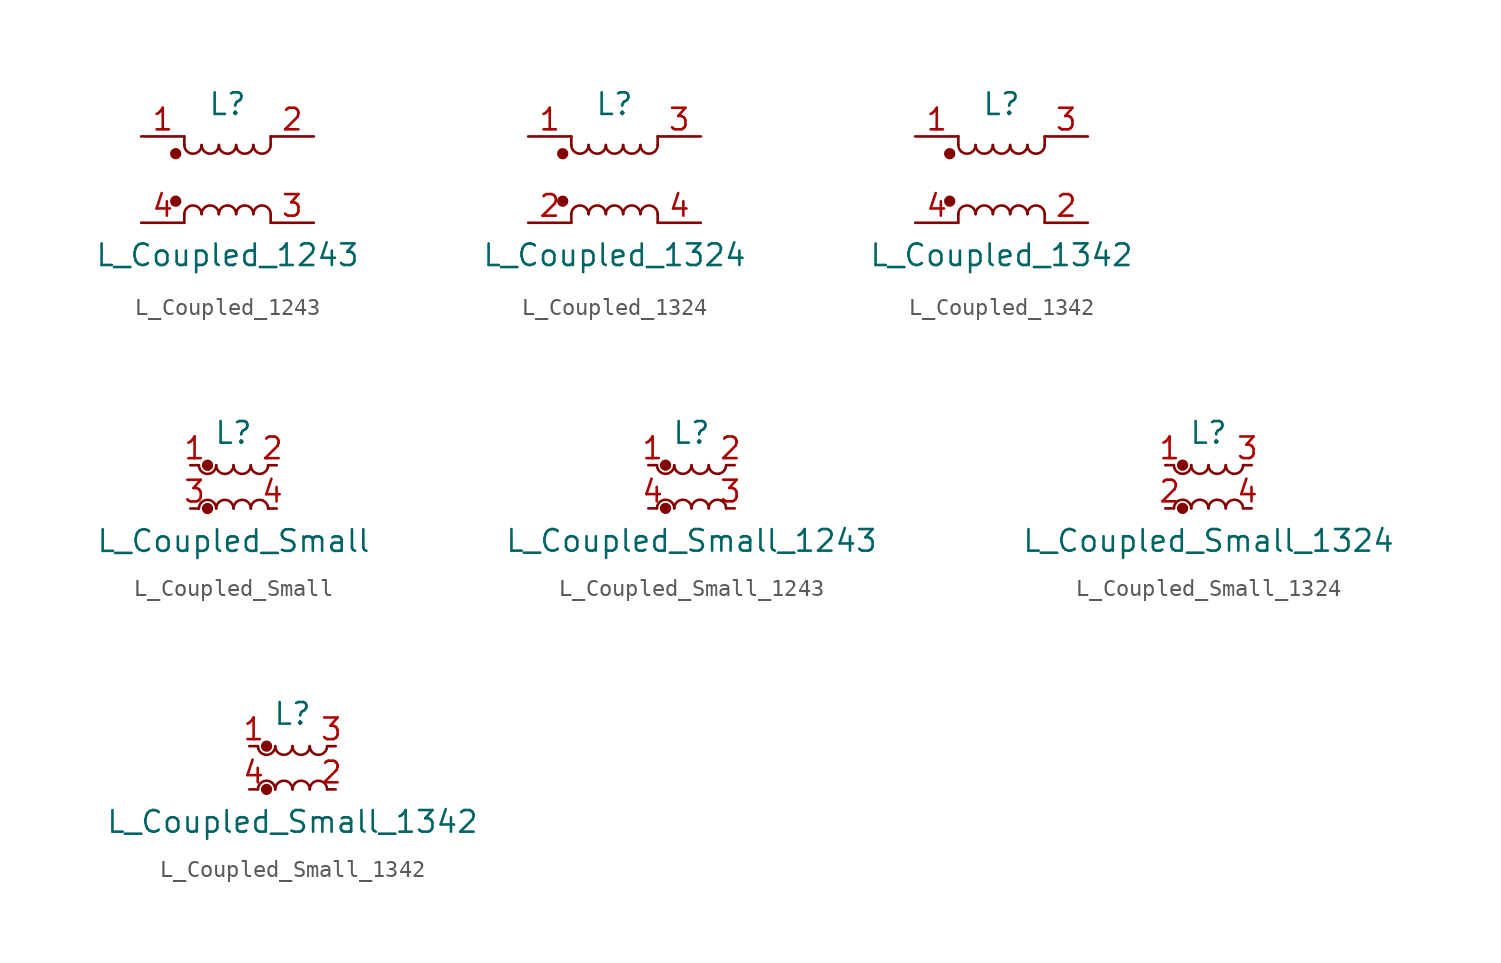
<source format=kicad_sym>
(kicad_symbol_lib
  (version 20241209)
  (generator "kicad_symbol_editor")
  (generator_version "9.0")
  (symbol "L_Coupled_1243"
    (pin_names
      (offset 0.254)
      (hide yes))
    (property "Reference" "L"
      (at 0 4.445 0)
      (effects (font (size 1.27 1.27))))
    (property "Value" "L_Coupled_1243"
      (at 0 -4.445 0)
      (effects (font (size 1.27 1.27))))
    (symbol "L_Coupled_1243_0_1"
      (circle (center -3.048 1.524) (radius 0.254) (stroke (width 0) (type default)) (fill (type outline)))
      (circle (center -3.048 -1.27) (radius 0.254) (stroke (width 0) (type default)) (fill (type outline)))
      (polyline (pts (xy -2.54 2.032) (xy -2.54 2.54)) (stroke (width 0) (type default)) (fill (type none)))
      (polyline (pts (xy -2.54 -2.032) (xy -2.54 -2.54)) (stroke (width 0) (type default)) (fill (type none)))
      (arc (start -1.524 2.032) (mid -2.032 1.5262) (end -2.54 2.032) (stroke (width 0) (type default)) (fill (type none)))
      (arc (start -2.54 -2.032) (mid -2.032 -1.5262) (end -1.524 -2.032) (stroke (width 0) (type default)) (fill (type none)))
      (arc (start -0.508 2.032) (mid -1.016 1.5262) (end -1.524 2.032) (stroke (width 0) (type default)) (fill (type none)))
      (arc (start -1.524 -2.032) (mid -1.016 -1.5262) (end -0.508 -2.032) (stroke (width 0) (type default)) (fill (type none)))
      (arc (start 0.508 2.032) (mid 0 1.5262) (end -0.508 2.032) (stroke (width 0) (type default)) (fill (type none)))
      (arc (start -0.508 -2.032) (mid 0 -1.5262) (end 0.508 -2.032) (stroke (width 0) (type default)) (fill (type none)))
      (arc (start 1.524 2.032) (mid 1.016 1.5262) (end 0.508 2.032) (stroke (width 0) (type default)) (fill (type none)))
      (arc (start 0.508 -2.032) (mid 1.016 -1.5262) (end 1.524 -2.032) (stroke (width 0) (type default)) (fill (type none)))
      (arc (start 2.54 2.032) (mid 2.032 1.5262) (end 1.524 2.032) (stroke (width 0) (type default)) (fill (type none)))
      (arc (start 1.524 -2.032) (mid 2.032 -1.5262) (end 2.54 -2.032) (stroke (width 0) (type default)) (fill (type none)))
      (polyline (pts (xy 2.54 2.54) (xy 2.54 2.032)) (stroke (width 0) (type default)) (fill (type none)))
      (polyline (pts (xy 2.54 -2.032) (xy 2.54 -2.54)) (stroke (width 0) (type default)) (fill (type none))))
    (symbol "L_Coupled_1243_1_1"
      (pin passive line (at -5.08 2.54 0) (length 2.54) (name "1" (effects (font (size 1.27 1.27)))) (number "1" (effects (font (size 1.27 1.27)))))
      (pin passive line (at -5.08 -2.54 0) (length 2.54) (name "4" (effects (font (size 1.27 1.27)))) (number "4" (effects (font (size 1.27 1.27)))))
      (pin passive line (at 5.08 2.54 180) (length 2.54) (name "2" (effects (font (size 1.27 1.27)))) (number "2" (effects (font (size 1.27 1.27)))))
      (pin passive line (at 5.08 -2.54 180) (length 2.54) (name "3" (effects (font (size 1.27 1.27)))) (number "3" (effects (font (size 1.27 1.27)))))))
  (symbol "L_Coupled_1324"
    (pin_names
      (offset 0.254)
      (hide yes))
    (property "Reference" "L"
      (at 0 4.445 0)
      (effects (font (size 1.27 1.27))))
    (property "Value" "L_Coupled_1324"
      (at 0 -4.445 0)
      (effects (font (size 1.27 1.27))))
    (symbol "L_Coupled_1324_0_1"
      (circle (center -3.048 1.524) (radius 0.254) (stroke (width 0) (type default)) (fill (type outline)))
      (circle (center -3.048 -1.27) (radius 0.254) (stroke (width 0) (type default)) (fill (type outline)))
      (polyline (pts (xy -2.54 2.032) (xy -2.54 2.54)) (stroke (width 0) (type default)) (fill (type none)))
      (polyline (pts (xy -2.54 -2.032) (xy -2.54 -2.54)) (stroke (width 0) (type default)) (fill (type none)))
      (arc (start -1.524 2.032) (mid -2.032 1.5262) (end -2.54 2.032) (stroke (width 0) (type default)) (fill (type none)))
      (arc (start -2.54 -2.032) (mid -2.032 -1.5262) (end -1.524 -2.032) (stroke (width 0) (type default)) (fill (type none)))
      (arc (start -0.508 2.032) (mid -1.016 1.5262) (end -1.524 2.032) (stroke (width 0) (type default)) (fill (type none)))
      (arc (start -1.524 -2.032) (mid -1.016 -1.5262) (end -0.508 -2.032) (stroke (width 0) (type default)) (fill (type none)))
      (arc (start 0.508 2.032) (mid 0 1.5262) (end -0.508 2.032) (stroke (width 0) (type default)) (fill (type none)))
      (arc (start -0.508 -2.032) (mid 0 -1.5262) (end 0.508 -2.032) (stroke (width 0) (type default)) (fill (type none)))
      (arc (start 1.524 2.032) (mid 1.016 1.5262) (end 0.508 2.032) (stroke (width 0) (type default)) (fill (type none)))
      (arc (start 0.508 -2.032) (mid 1.016 -1.5262) (end 1.524 -2.032) (stroke (width 0) (type default)) (fill (type none)))
      (arc (start 2.54 2.032) (mid 2.032 1.5262) (end 1.524 2.032) (stroke (width 0) (type default)) (fill (type none)))
      (arc (start 1.524 -2.032) (mid 2.032 -1.5262) (end 2.54 -2.032) (stroke (width 0) (type default)) (fill (type none)))
      (polyline (pts (xy 2.54 2.54) (xy 2.54 2.032)) (stroke (width 0) (type default)) (fill (type none)))
      (polyline (pts (xy 2.54 -2.032) (xy 2.54 -2.54)) (stroke (width 0) (type default)) (fill (type none))))
    (symbol "L_Coupled_1324_1_1"
      (pin passive line (at -5.08 2.54 0) (length 2.54) (name "1" (effects (font (size 1.27 1.27)))) (number "1" (effects (font (size 1.27 1.27)))))
      (pin passive line (at -5.08 -2.54 0) (length 2.54) (name "2" (effects (font (size 1.27 1.27)))) (number "2" (effects (font (size 1.27 1.27)))))
      (pin passive line (at 5.08 2.54 180) (length 2.54) (name "3" (effects (font (size 1.27 1.27)))) (number "3" (effects (font (size 1.27 1.27)))))
      (pin passive line (at 5.08 -2.54 180) (length 2.54) (name "4" (effects (font (size 1.27 1.27)))) (number "4" (effects (font (size 1.27 1.27)))))))
  (symbol "L_Coupled_1342"
    (pin_names
      (offset 0.254)
      (hide yes))
    (property "Reference" "L"
      (at 0 4.445 0)
      (effects (font (size 1.27 1.27))))
    (property "Value" "L_Coupled_1342"
      (at 0 -4.445 0)
      (effects (font (size 1.27 1.27))))
    (symbol "L_Coupled_1342_0_1"
      (circle (center -3.048 1.524) (radius 0.254) (stroke (width 0) (type default)) (fill (type outline)))
      (circle (center -3.048 -1.27) (radius 0.254) (stroke (width 0) (type default)) (fill (type outline)))
      (polyline (pts (xy -2.54 2.032) (xy -2.54 2.54)) (stroke (width 0) (type default)) (fill (type none)))
      (polyline (pts (xy -2.54 -2.032) (xy -2.54 -2.54)) (stroke (width 0) (type default)) (fill (type none)))
      (arc (start -1.524 2.032) (mid -2.032 1.5262) (end -2.54 2.032) (stroke (width 0) (type default)) (fill (type none)))
      (arc (start -2.54 -2.032) (mid -2.032 -1.5262) (end -1.524 -2.032) (stroke (width 0) (type default)) (fill (type none)))
      (arc (start -0.508 2.032) (mid -1.016 1.5262) (end -1.524 2.032) (stroke (width 0) (type default)) (fill (type none)))
      (arc (start -1.524 -2.032) (mid -1.016 -1.5262) (end -0.508 -2.032) (stroke (width 0) (type default)) (fill (type none)))
      (arc (start 0.508 2.032) (mid 0 1.5262) (end -0.508 2.032) (stroke (width 0) (type default)) (fill (type none)))
      (arc (start -0.508 -2.032) (mid 0 -1.5262) (end 0.508 -2.032) (stroke (width 0) (type default)) (fill (type none)))
      (arc (start 1.524 2.032) (mid 1.016 1.5262) (end 0.508 2.032) (stroke (width 0) (type default)) (fill (type none)))
      (arc (start 0.508 -2.032) (mid 1.016 -1.5262) (end 1.524 -2.032) (stroke (width 0) (type default)) (fill (type none)))
      (arc (start 2.54 2.032) (mid 2.032 1.5262) (end 1.524 2.032) (stroke (width 0) (type default)) (fill (type none)))
      (arc (start 1.524 -2.032) (mid 2.032 -1.5262) (end 2.54 -2.032) (stroke (width 0) (type default)) (fill (type none)))
      (polyline (pts (xy 2.54 2.54) (xy 2.54 2.032)) (stroke (width 0) (type default)) (fill (type none)))
      (polyline (pts (xy 2.54 -2.032) (xy 2.54 -2.54)) (stroke (width 0) (type default)) (fill (type none))))
    (symbol "L_Coupled_1342_1_1"
      (pin passive line (at -5.08 2.54 0) (length 2.54) (name "1" (effects (font (size 1.27 1.27)))) (number "1" (effects (font (size 1.27 1.27)))))
      (pin passive line (at -5.08 -2.54 0) (length 2.54) (name "4" (effects (font (size 1.27 1.27)))) (number "4" (effects (font (size 1.27 1.27)))))
      (pin passive line (at 5.08 2.54 180) (length 2.54) (name "3" (effects (font (size 1.27 1.27)))) (number "3" (effects (font (size 1.27 1.27)))))
      (pin passive line (at 5.08 -2.54 180) (length 2.54) (name "2" (effects (font (size 1.27 1.27)))) (number "2" (effects (font (size 1.27 1.27)))))))
  (symbol "L_Coupled_Small"
    (pin_names
      (offset 0.254)
      (hide yes))
    (property "Reference" "L"
      (at 0 3.175 0)
      (effects (font (size 1.27 1.27))))
    (property "Value" "L_Coupled_Small"
      (at 0 -3.175 0)
      (effects (font (size 1.27 1.27))))
    (symbol "L_Coupled_Small_0_1"
      (arc (start -1.016 1.27) (mid -1.524 0.7642) (end -2.032 1.27) (stroke (width 0) (type default)) (fill (type none)))
      (circle (center -1.524 1.27) (radius 0.254) (stroke (width 0) (type default)) (fill (type outline)))
      (circle (center -1.524 -1.27) (radius 0.254) (stroke (width 0) (type default)) (fill (type outline)))
      (arc (start -2.032 -1.27) (mid -1.524 -0.7642) (end -1.016 -1.27) (stroke (width 0) (type default)) (fill (type none)))
      (arc (start 0 1.27) (mid -0.508 0.7642) (end -1.016 1.27) (stroke (width 0) (type default)) (fill (type none)))
      (arc (start -1.016 -1.27) (mid -0.508 -0.7642) (end 0 -1.27) (stroke (width 0) (type default)) (fill (type none)))
      (arc (start 1.016 1.27) (mid 0.508 0.7642) (end 0 1.27) (stroke (width 0) (type default)) (fill (type none)))
      (arc (start 0 -1.27) (mid 0.508 -0.7642) (end 1.016 -1.27) (stroke (width 0) (type default)) (fill (type none)))
      (arc (start 2.032 1.27) (mid 1.524 0.7642) (end 1.016 1.27) (stroke (width 0) (type default)) (fill (type none)))
      (arc (start 1.016 -1.27) (mid 1.524 -0.7642) (end 2.032 -1.27) (stroke (width 0) (type default)) (fill (type none))))
    (symbol "L_Coupled_Small_1_1"
      (pin passive line (at -2.54 1.27 0) (length 0.508) (name "1" (effects (font (size 1.27 1.27)))) (number "1" (effects (font (size 1.27 1.27)))))
      (pin passive line (at -2.54 -1.27 0) (length 0.508) (name "3" (effects (font (size 1.27 1.27)))) (number "3" (effects (font (size 1.27 1.27)))))
      (pin passive line (at 2.54 1.27 180) (length 0.508) (name "2" (effects (font (size 1.27 1.27)))) (number "2" (effects (font (size 1.27 1.27)))))
      (pin passive line (at 2.54 -1.27 180) (length 0.508) (name "4" (effects (font (size 1.27 1.27)))) (number "4" (effects (font (size 1.27 1.27)))))))
  (symbol "L_Coupled_Small_1243"
    (pin_names
      (offset 0.254)
      (hide yes))
    (property "Reference" "L"
      (at 0 3.175 0)
      (effects (font (size 1.27 1.27))))
    (property "Value" "L_Coupled_Small_1243"
      (at 0 -3.175 0)
      (effects (font (size 1.27 1.27))))
    (symbol "L_Coupled_Small_1243_0_1"
      (arc (start -1.016 1.27) (mid -1.524 0.7642) (end -2.032 1.27) (stroke (width 0) (type default)) (fill (type none)))
      (circle (center -1.524 1.27) (radius 0.254) (stroke (width 0) (type default)) (fill (type outline)))
      (circle (center -1.524 -1.27) (radius 0.254) (stroke (width 0) (type default)) (fill (type outline)))
      (arc (start -2.032 -1.27) (mid -1.524 -0.7642) (end -1.016 -1.27) (stroke (width 0) (type default)) (fill (type none)))
      (arc (start 0 1.27) (mid -0.508 0.7642) (end -1.016 1.27) (stroke (width 0) (type default)) (fill (type none)))
      (arc (start -1.016 -1.27) (mid -0.508 -0.7642) (end 0 -1.27) (stroke (width 0) (type default)) (fill (type none)))
      (arc (start 1.016 1.27) (mid 0.508 0.7642) (end 0 1.27) (stroke (width 0) (type default)) (fill (type none)))
      (arc (start 0 -1.27) (mid 0.508 -0.7642) (end 1.016 -1.27) (stroke (width 0) (type default)) (fill (type none)))
      (arc (start 2.032 1.27) (mid 1.524 0.7642) (end 1.016 1.27) (stroke (width 0) (type default)) (fill (type none)))
      (arc (start 1.016 -1.27) (mid 1.524 -0.7642) (end 2.032 -1.27) (stroke (width 0) (type default)) (fill (type none))))
    (symbol "L_Coupled_Small_1243_1_1"
      (pin passive line (at -2.54 1.27 0) (length 0.508) (name "1" (effects (font (size 1.27 1.27)))) (number "1" (effects (font (size 1.27 1.27)))))
      (pin passive line (at -2.54 -1.27 0) (length 0.508) (name "4" (effects (font (size 1.27 1.27)))) (number "4" (effects (font (size 1.27 1.27)))))
      (pin passive line (at 2.54 1.27 180) (length 0.508) (name "2" (effects (font (size 1.27 1.27)))) (number "2" (effects (font (size 1.27 1.27)))))
      (pin passive line (at 2.54 -1.27 180) (length 0.508) (name "3" (effects (font (size 1.27 1.27)))) (number "3" (effects (font (size 1.27 1.27)))))))
  (symbol "L_Coupled_Small_1324"
    (pin_names
      (offset 0.254)
      (hide yes))
    (property "Reference" "L"
      (at 0 3.175 0)
      (effects (font (size 1.27 1.27))))
    (property "Value" "L_Coupled_Small_1324"
      (at 0 -3.175 0)
      (effects (font (size 1.27 1.27))))
    (symbol "L_Coupled_Small_1324_0_1"
      (arc (start -1.016 1.27) (mid -1.524 0.7642) (end -2.032 1.27) (stroke (width 0) (type default)) (fill (type none)))
      (circle (center -1.524 1.27) (radius 0.254) (stroke (width 0) (type default)) (fill (type outline)))
      (circle (center -1.524 -1.27) (radius 0.254) (stroke (width 0) (type default)) (fill (type outline)))
      (arc (start -2.032 -1.27) (mid -1.524 -0.7642) (end -1.016 -1.27) (stroke (width 0) (type default)) (fill (type none)))
      (arc (start 0 1.27) (mid -0.508 0.7642) (end -1.016 1.27) (stroke (width 0) (type default)) (fill (type none)))
      (arc (start -1.016 -1.27) (mid -0.508 -0.7642) (end 0 -1.27) (stroke (width 0) (type default)) (fill (type none)))
      (arc (start 1.016 1.27) (mid 0.508 0.7642) (end 0 1.27) (stroke (width 0) (type default)) (fill (type none)))
      (arc (start 0 -1.27) (mid 0.508 -0.7642) (end 1.016 -1.27) (stroke (width 0) (type default)) (fill (type none)))
      (arc (start 2.032 1.27) (mid 1.524 0.7642) (end 1.016 1.27) (stroke (width 0) (type default)) (fill (type none)))
      (arc (start 1.016 -1.27) (mid 1.524 -0.7642) (end 2.032 -1.27) (stroke (width 0) (type default)) (fill (type none))))
    (symbol "L_Coupled_Small_1324_1_1"
      (pin passive line (at -2.54 1.27 0) (length 0.508) (name "1" (effects (font (size 1.27 1.27)))) (number "1" (effects (font (size 1.27 1.27)))))
      (pin passive line (at -2.54 -1.27 0) (length 0.508) (name "2" (effects (font (size 1.27 1.27)))) (number "2" (effects (font (size 1.27 1.27)))))
      (pin passive line (at 2.54 1.27 180) (length 0.508) (name "3" (effects (font (size 1.27 1.27)))) (number "3" (effects (font (size 1.27 1.27)))))
      (pin passive line (at 2.54 -1.27 180) (length 0.508) (name "4" (effects (font (size 1.27 1.27)))) (number "4" (effects (font (size 1.27 1.27)))))))
  (symbol "L_Coupled_Small_1342"
    (pin_names
      (offset 0.254)
      (hide yes))
    (property "Reference" "L"
      (at 0 3.175 0)
      (effects (font (size 1.27 1.27))))
    (property "Value" "L_Coupled_Small_1342"
      (at 0 -3.175 0)
      (effects (font (size 1.27 1.27))))
    (symbol "L_Coupled_Small_1342_0_1"
      (arc (start -1.016 1.27) (mid -1.524 0.7642) (end -2.032 1.27) (stroke (width 0) (type default)) (fill (type none)))
      (circle (center -1.524 1.27) (radius 0.254) (stroke (width 0) (type default)) (fill (type outline)))
      (circle (center -1.524 -1.27) (radius 0.254) (stroke (width 0) (type default)) (fill (type outline)))
      (arc (start -2.032 -1.27) (mid -1.524 -0.7642) (end -1.016 -1.27) (stroke (width 0) (type default)) (fill (type none)))
      (arc (start 0 1.27) (mid -0.508 0.7642) (end -1.016 1.27) (stroke (width 0) (type default)) (fill (type none)))
      (arc (start -1.016 -1.27) (mid -0.508 -0.7642) (end 0 -1.27) (stroke (width 0) (type default)) (fill (type none)))
      (arc (start 1.016 1.27) (mid 0.508 0.7642) (end 0 1.27) (stroke (width 0) (type default)) (fill (type none)))
      (arc (start 0 -1.27) (mid 0.508 -0.7642) (end 1.016 -1.27) (stroke (width 0) (type default)) (fill (type none)))
      (arc (start 2.032 1.27) (mid 1.524 0.7642) (end 1.016 1.27) (stroke (width 0) (type default)) (fill (type none)))
      (arc (start 1.016 -1.27) (mid 1.524 -0.7642) (end 2.032 -1.27) (stroke (width 0) (type default)) (fill (type none))))
    (symbol "L_Coupled_Small_1342_1_1"
      (pin passive line (at -2.54 1.27 0) (length 0.508) (name "1" (effects (font (size 1.27 1.27)))) (number "1" (effects (font (size 1.27 1.27)))))
      (pin passive line (at -2.54 -1.27 0) (length 0.508) (name "4" (effects (font (size 1.27 1.27)))) (number "4" (effects (font (size 1.27 1.27)))))
      (pin passive line (at 2.54 1.27 180) (length 0.508) (name "3" (effects (font (size 1.27 1.27)))) (number "3" (effects (font (size 1.27 1.27)))))
      (pin passive line (at 2.54 -1.27 180) (length 0.508) (name "2" (effects (font (size 1.27 1.27)))) (number "2" (effects (font (size 1.27 1.27))))))))
</source>
